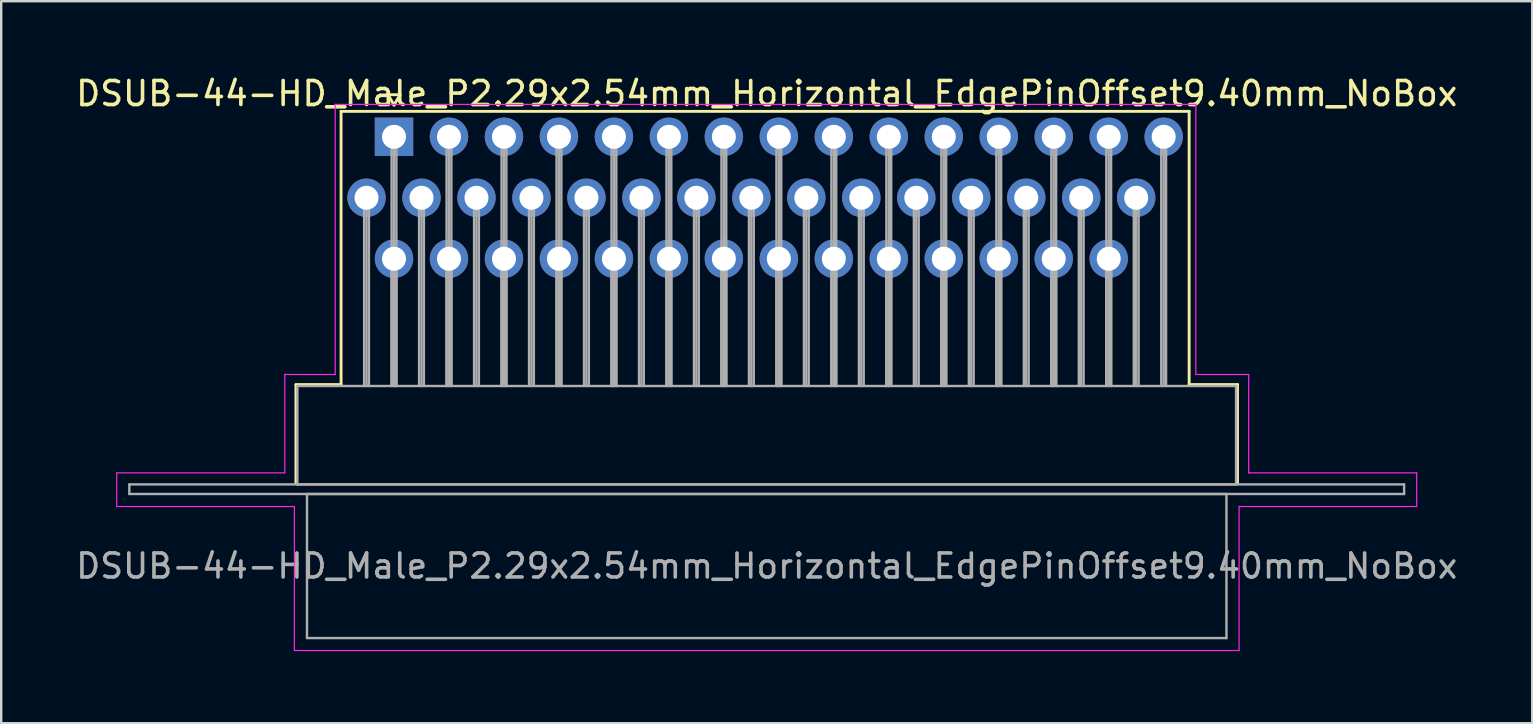
<source format=kicad_pcb>
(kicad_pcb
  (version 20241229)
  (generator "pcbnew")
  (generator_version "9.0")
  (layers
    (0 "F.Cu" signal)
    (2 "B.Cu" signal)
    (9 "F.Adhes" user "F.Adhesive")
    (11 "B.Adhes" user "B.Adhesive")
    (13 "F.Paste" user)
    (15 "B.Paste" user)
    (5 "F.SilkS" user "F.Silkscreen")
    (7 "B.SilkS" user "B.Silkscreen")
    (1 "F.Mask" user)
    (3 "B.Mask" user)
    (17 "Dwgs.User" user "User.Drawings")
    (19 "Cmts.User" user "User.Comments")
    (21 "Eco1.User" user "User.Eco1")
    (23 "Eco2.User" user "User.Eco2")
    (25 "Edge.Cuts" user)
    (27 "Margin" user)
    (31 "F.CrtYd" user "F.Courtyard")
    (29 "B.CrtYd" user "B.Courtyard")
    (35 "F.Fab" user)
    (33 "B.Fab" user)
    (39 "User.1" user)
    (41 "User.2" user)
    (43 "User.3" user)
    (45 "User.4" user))
  (footprint "DSUB-44-HD_Male_P2.29x2.54mm_Horizontal_EdgePinOffset9.40mm_NoBox"
    (layer "F.Cu")
    (at 13.362 2.648)
    (property "Reference" "DSUB-44-HD_Male_P2.29x2.54mm_Horizontal_EdgePinOffset9.40mm_NoBox" (at 15.525 -1.8 0) (layer "F.SilkS") (effects (font (size 1 1) (thickness 0.15))))
    (attr through_hole)
    (fp_line (start -4.085 10.32) (end -2.205 10.32) (stroke (width 0.12) (type solid)) (layer "F.SilkS"))
    (fp_line (start -4.085 14.42) (end -4.085 10.32) (stroke (width 0.12) (type solid)) (layer "F.SilkS"))
    (fp_line (start -2.205 -1.06) (end 33.12 -1.06) (stroke (width 0.12) (type solid)) (layer "F.SilkS"))
    (fp_line (start -2.205 10.32) (end -2.205 -1.06) (stroke (width 0.12) (type solid)) (layer "F.SilkS"))
    (fp_line (start -0.25 -1.754) (end 0.25 -1.754) (stroke (width 0.12) (type solid)) (layer "F.SilkS"))
    (fp_line (start 0 -1.321) (end -0.25 -1.754) (stroke (width 0.12) (type solid)) (layer "F.SilkS"))
    (fp_line (start 0.25 -1.754) (end 0 -1.321) (stroke (width 0.12) (type solid)) (layer "F.SilkS"))
    (fp_line (start 33.12 -1.06) (end 33.12 10.32) (stroke (width 0.12) (type solid)) (layer "F.SilkS"))
    (fp_line (start 33.12 10.32) (end 35.135 10.32) (stroke (width 0.12) (type solid)) (layer "F.SilkS"))
    (fp_line (start 35.135 10.32) (end 35.135 14.42) (stroke (width 0.12) (type solid)) (layer "F.SilkS"))
    (fp_line (start -11.55 14) (end -4.55 14) (stroke (width 0.05) (type solid)) (layer "F.CrtYd"))
    (fp_line (start -11.55 15.4) (end -11.55 14) (stroke (width 0.05) (type solid)) (layer "F.CrtYd"))
    (fp_line (start -4.55 9.9) (end -2.45 9.9) (stroke (width 0.05) (type solid)) (layer "F.CrtYd"))
    (fp_line (start -4.55 14) (end -4.55 9.9) (stroke (width 0.05) (type solid)) (layer "F.CrtYd"))
    (fp_line (start -4.15 15.4) (end -11.55 15.4) (stroke (width 0.05) (type solid)) (layer "F.CrtYd"))
    (fp_line (start -4.15 21.4) (end -4.15 15.4) (stroke (width 0.05) (type solid)) (layer "F.CrtYd"))
    (fp_line (start -2.45 -1.35) (end 33.4 -1.35) (stroke (width 0.05) (type solid)) (layer "F.CrtYd"))
    (fp_line (start -2.45 9.9) (end -2.45 -1.35) (stroke (width 0.05) (type solid)) (layer "F.CrtYd"))
    (fp_line (start 33.4 -1.35) (end 33.4 9.9) (stroke (width 0.05) (type solid)) (layer "F.CrtYd"))
    (fp_line (start 33.4 9.9) (end 35.6 9.9) (stroke (width 0.05) (type solid)) (layer "F.CrtYd"))
    (fp_line (start 35.2 15.4) (end 35.2 21.4) (stroke (width 0.05) (type solid)) (layer "F.CrtYd"))
    (fp_line (start 35.2 21.4) (end -4.15 21.4) (stroke (width 0.05) (type solid)) (layer "F.CrtYd"))
    (fp_line (start 35.6 9.9) (end 35.6 14) (stroke (width 0.05) (type solid)) (layer "F.CrtYd"))
    (fp_line (start 35.6 14) (end 42.6 14) (stroke (width 0.05) (type solid)) (layer "F.CrtYd"))
    (fp_line (start 42.6 14) (end 42.6 15.4) (stroke (width 0.05) (type solid)) (layer "F.CrtYd"))
    (fp_line (start 42.6 15.4) (end 35.2 15.4) (stroke (width 0.05) (type solid)) (layer "F.CrtYd"))
    (fp_line (start -11.025 14.48) (end -11.025 14.88) (stroke (width 0.1) (type solid)) (layer "F.Fab"))
    (fp_line (start -11.025 14.88) (end 42.075 14.88) (stroke (width 0.1) (type solid)) (layer "F.Fab"))
    (fp_line (start -4.025 10.38) (end -4.025 14.48) (stroke (width 0.1) (type solid)) (layer "F.Fab"))
    (fp_line (start -4.025 14.48) (end 35.075 14.48) (stroke (width 0.1) (type solid)) (layer "F.Fab"))
    (fp_line (start -3.625 14.88) (end -3.625 20.88) (stroke (width 0.1) (type solid)) (layer "F.Fab"))
    (fp_line (start -3.625 20.88) (end 34.675 20.88) (stroke (width 0.1) (type solid)) (layer "F.Fab"))
    (fp_line (start -1.245 2.54) (end -1.245 10.38) (stroke (width 0.1) (type solid)) (layer "F.Fab"))
    (fp_line (start -1.145 2.54) (end -1.145 10.38) (stroke (width 0.1) (type solid)) (layer "F.Fab"))
    (fp_line (start -1.045 2.54) (end -1.045 10.38) (stroke (width 0.1) (type solid)) (layer "F.Fab"))
    (fp_line (start -0.1 0) (end -0.1 10.38) (stroke (width 0.1) (type solid)) (layer "F.Fab"))
    (fp_line (start -0.1 5.08) (end -0.1 10.38) (stroke (width 0.1) (type solid)) (layer "F.Fab"))
    (fp_line (start 0 0) (end 0 10.38) (stroke (width 0.1) (type solid)) (layer "F.Fab"))
    (fp_line (start 0 5.08) (end 0 10.38) (stroke (width 0.1) (type solid)) (layer "F.Fab"))
    (fp_line (start 0.1 0) (end 0.1 10.38) (stroke (width 0.1) (type solid)) (layer "F.Fab"))
    (fp_line (start 0.1 5.08) (end 0.1 10.38) (stroke (width 0.1) (type solid)) (layer "F.Fab"))
    (fp_line (start 1.045 2.54) (end 1.045 10.38) (stroke (width 0.1) (type solid)) (layer "F.Fab"))
    (fp_line (start 1.145 2.54) (end 1.145 10.38) (stroke (width 0.1) (type solid)) (layer "F.Fab"))
    (fp_line (start 1.245 2.54) (end 1.245 10.38) (stroke (width 0.1) (type solid)) (layer "F.Fab"))
    (fp_line (start 2.19 0) (end 2.19 10.38) (stroke (width 0.1) (type solid)) (layer "F.Fab"))
    (fp_line (start 2.19 5.08) (end 2.19 10.38) (stroke (width 0.1) (type solid)) (layer "F.Fab"))
    (fp_line (start 2.29 0) (end 2.29 10.38) (stroke (width 0.1) (type solid)) (layer "F.Fab"))
    (fp_line (start 2.29 5.08) (end 2.29 10.38) (stroke (width 0.1) (type solid)) (layer "F.Fab"))
    (fp_line (start 2.39 0) (end 2.39 10.38) (stroke (width 0.1) (type solid)) (layer "F.Fab"))
    (fp_line (start 2.39 5.08) (end 2.39 10.38) (stroke (width 0.1) (type solid)) (layer "F.Fab"))
    (fp_line (start 3.335 2.54) (end 3.335 10.38) (stroke (width 0.1) (type solid)) (layer "F.Fab"))
    (fp_line (start 3.435 2.54) (end 3.435 10.38) (stroke (width 0.1) (type solid)) (layer "F.Fab"))
    (fp_line (start 3.535 2.54) (end 3.535 10.38) (stroke (width 0.1) (type solid)) (layer "F.Fab"))
    (fp_line (start 4.48 0) (end 4.48 10.38) (stroke (width 0.1) (type solid)) (layer "F.Fab"))
    (fp_line (start 4.48 5.08) (end 4.48 10.38) (stroke (width 0.1) (type solid)) (layer "F.Fab"))
    (fp_line (start 4.58 0) (end 4.58 10.38) (stroke (width 0.1) (type solid)) (layer "F.Fab"))
    (fp_line (start 4.58 5.08) (end 4.58 10.38) (stroke (width 0.1) (type solid)) (layer "F.Fab"))
    (fp_line (start 4.68 0) (end 4.68 10.38) (stroke (width 0.1) (type solid)) (layer "F.Fab"))
    (fp_line (start 4.68 5.08) (end 4.68 10.38) (stroke (width 0.1) (type solid)) (layer "F.Fab"))
    (fp_line (start 5.625 2.54) (end 5.625 10.38) (stroke (width 0.1) (type solid)) (layer "F.Fab"))
    (fp_line (start 5.725 2.54) (end 5.725 10.38) (stroke (width 0.1) (type solid)) (layer "F.Fab"))
    (fp_line (start 5.825 2.54) (end 5.825 10.38) (stroke (width 0.1) (type solid)) (layer "F.Fab"))
    (fp_line (start 6.77 0) (end 6.77 10.38) (stroke (width 0.1) (type solid)) (layer "F.Fab"))
    (fp_line (start 6.77 5.08) (end 6.77 10.38) (stroke (width 0.1) (type solid)) (layer "F.Fab"))
    (fp_line (start 6.87 0) (end 6.87 10.38) (stroke (width 0.1) (type solid)) (layer "F.Fab"))
    (fp_line (start 6.87 5.08) (end 6.87 10.38) (stroke (width 0.1) (type solid)) (layer "F.Fab"))
    (fp_line (start 6.97 0) (end 6.97 10.38) (stroke (width 0.1) (type solid)) (layer "F.Fab"))
    (fp_line (start 6.97 5.08) (end 6.97 10.38) (stroke (width 0.1) (type solid)) (layer "F.Fab"))
    (fp_line (start 7.915 2.54) (end 7.915 10.38) (stroke (width 0.1) (type solid)) (layer "F.Fab"))
    (fp_line (start 8.015 2.54) (end 8.015 10.38) (stroke (width 0.1) (type solid)) (layer "F.Fab"))
    (fp_line (start 8.115 2.54) (end 8.115 10.38) (stroke (width 0.1) (type solid)) (layer "F.Fab"))
    (fp_line (start 9.06 0) (end 9.06 10.38) (stroke (width 0.1) (type solid)) (layer "F.Fab"))
    (fp_line (start 9.06 5.08) (end 9.06 10.38) (stroke (width 0.1) (type solid)) (layer "F.Fab"))
    (fp_line (start 9.16 0) (end 9.16 10.38) (stroke (width 0.1) (type solid)) (layer "F.Fab"))
    (fp_line (start 9.16 5.08) (end 9.16 10.38) (stroke (width 0.1) (type solid)) (layer "F.Fab"))
    (fp_line (start 9.26 0) (end 9.26 10.38) (stroke (width 0.1) (type solid)) (layer "F.Fab"))
    (fp_line (start 9.26 5.08) (end 9.26 10.38) (stroke (width 0.1) (type solid)) (layer "F.Fab"))
    (fp_line (start 10.205 2.54) (end 10.205 10.38) (stroke (width 0.1) (type solid)) (layer "F.Fab"))
    (fp_line (start 10.305 2.54) (end 10.305 10.38) (stroke (width 0.1) (type solid)) (layer "F.Fab"))
    (fp_line (start 10.405 2.54) (end 10.405 10.38) (stroke (width 0.1) (type solid)) (layer "F.Fab"))
    (fp_line (start 11.35 0) (end 11.35 10.38) (stroke (width 0.1) (type solid)) (layer "F.Fab"))
    (fp_line (start 11.35 5.08) (end 11.35 10.38) (stroke (width 0.1) (type solid)) (layer "F.Fab"))
    (fp_line (start 11.45 0) (end 11.45 10.38) (stroke (width 0.1) (type solid)) (layer "F.Fab"))
    (fp_line (start 11.45 5.08) (end 11.45 10.38) (stroke (width 0.1) (type solid)) (layer "F.Fab"))
    (fp_line (start 11.55 0) (end 11.55 10.38) (stroke (width 0.1) (type solid)) (layer "F.Fab"))
    (fp_line (start 11.55 5.08) (end 11.55 10.38) (stroke (width 0.1) (type solid)) (layer "F.Fab"))
    (fp_line (start 12.495 2.54) (end 12.495 10.38) (stroke (width 0.1) (type solid)) (layer "F.Fab"))
    (fp_line (start 12.595 2.54) (end 12.595 10.38) (stroke (width 0.1) (type solid)) (layer "F.Fab"))
    (fp_line (start 12.695 2.54) (end 12.695 10.38) (stroke (width 0.1) (type solid)) (layer "F.Fab"))
    (fp_line (start 13.64 0) (end 13.64 10.38) (stroke (width 0.1) (type solid)) (layer "F.Fab"))
    (fp_line (start 13.64 5.08) (end 13.64 10.38) (stroke (width 0.1) (type solid)) (layer "F.Fab"))
    (fp_line (start 13.74 0) (end 13.74 10.38) (stroke (width 0.1) (type solid)) (layer "F.Fab"))
    (fp_line (start 13.74 5.08) (end 13.74 10.38) (stroke (width 0.1) (type solid)) (layer "F.Fab"))
    (fp_line (start 13.84 0) (end 13.84 10.38) (stroke (width 0.1) (type solid)) (layer "F.Fab"))
    (fp_line (start 13.84 5.08) (end 13.84 10.38) (stroke (width 0.1) (type solid)) (layer "F.Fab"))
    (fp_line (start 14.785 2.54) (end 14.785 10.38) (stroke (width 0.1) (type solid)) (layer "F.Fab"))
    (fp_line (start 14.885 2.54) (end 14.885 10.38) (stroke (width 0.1) (type solid)) (layer "F.Fab"))
    (fp_line (start 14.985 2.54) (end 14.985 10.38) (stroke (width 0.1) (type solid)) (layer "F.Fab"))
    (fp_line (start 15.93 0) (end 15.93 10.38) (stroke (width 0.1) (type solid)) (layer "F.Fab"))
    (fp_line (start 15.93 5.08) (end 15.93 10.38) (stroke (width 0.1) (type solid)) (layer "F.Fab"))
    (fp_line (start 16.03 0) (end 16.03 10.38) (stroke (width 0.1) (type solid)) (layer "F.Fab"))
    (fp_line (start 16.03 5.08) (end 16.03 10.38) (stroke (width 0.1) (type solid)) (layer "F.Fab"))
    (fp_line (start 16.13 0) (end 16.13 10.38) (stroke (width 0.1) (type solid)) (layer "F.Fab"))
    (fp_line (start 16.13 5.08) (end 16.13 10.38) (stroke (width 0.1) (type solid)) (layer "F.Fab"))
    (fp_line (start 17.075 2.54) (end 17.075 10.38) (stroke (width 0.1) (type solid)) (layer "F.Fab"))
    (fp_line (start 17.175 2.54) (end 17.175 10.38) (stroke (width 0.1) (type solid)) (layer "F.Fab"))
    (fp_line (start 17.275 2.54) (end 17.275 10.38) (stroke (width 0.1) (type solid)) (layer "F.Fab"))
    (fp_line (start 18.22 0) (end 18.22 10.38) (stroke (width 0.1) (type solid)) (layer "F.Fab"))
    (fp_line (start 18.22 5.08) (end 18.22 10.38) (stroke (width 0.1) (type solid)) (layer "F.Fab"))
    (fp_line (start 18.32 0) (end 18.32 10.38) (stroke (width 0.1) (type solid)) (layer "F.Fab"))
    (fp_line (start 18.32 5.08) (end 18.32 10.38) (stroke (width 0.1) (type solid)) (layer "F.Fab"))
    (fp_line (start 18.42 0) (end 18.42 10.38) (stroke (width 0.1) (type solid)) (layer "F.Fab"))
    (fp_line (start 18.42 5.08) (end 18.42 10.38) (stroke (width 0.1) (type solid)) (layer "F.Fab"))
    (fp_line (start 19.365 2.54) (end 19.365 10.38) (stroke (width 0.1) (type solid)) (layer "F.Fab"))
    (fp_line (start 19.465 2.54) (end 19.465 10.38) (stroke (width 0.1) (type solid)) (layer "F.Fab"))
    (fp_line (start 19.565 2.54) (end 19.565 10.38) (stroke (width 0.1) (type solid)) (layer "F.Fab"))
    (fp_line (start 20.51 0) (end 20.51 10.38) (stroke (width 0.1) (type solid)) (layer "F.Fab"))
    (fp_line (start 20.51 5.08) (end 20.51 10.38) (stroke (width 0.1) (type solid)) (layer "F.Fab"))
    (fp_line (start 20.61 0) (end 20.61 10.38) (stroke (width 0.1) (type solid)) (layer "F.Fab"))
    (fp_line (start 20.61 5.08) (end 20.61 10.38) (stroke (width 0.1) (type solid)) (layer "F.Fab"))
    (fp_line (start 20.71 0) (end 20.71 10.38) (stroke (width 0.1) (type solid)) (layer "F.Fab"))
    (fp_line (start 20.71 5.08) (end 20.71 10.38) (stroke (width 0.1) (type solid)) (layer "F.Fab"))
    (fp_line (start 21.655 2.54) (end 21.655 10.38) (stroke (width 0.1) (type solid)) (layer "F.Fab"))
    (fp_line (start 21.755 2.54) (end 21.755 10.38) (stroke (width 0.1) (type solid)) (layer "F.Fab"))
    (fp_line (start 21.855 2.54) (end 21.855 10.38) (stroke (width 0.1) (type solid)) (layer "F.Fab"))
    (fp_line (start 22.8 0) (end 22.8 10.38) (stroke (width 0.1) (type solid)) (layer "F.Fab"))
    (fp_line (start 22.8 5.08) (end 22.8 10.38) (stroke (width 0.1) (type solid)) (layer "F.Fab"))
    (fp_line (start 22.9 0) (end 22.9 10.38) (stroke (width 0.1) (type solid)) (layer "F.Fab"))
    (fp_line (start 22.9 5.08) (end 22.9 10.38) (stroke (width 0.1) (type solid)) (layer "F.Fab"))
    (fp_line (start 23 0) (end 23 10.38) (stroke (width 0.1) (type solid)) (layer "F.Fab"))
    (fp_line (start 23 5.08) (end 23 10.38) (stroke (width 0.1) (type solid)) (layer "F.Fab"))
    (fp_line (start 23.945 2.54) (end 23.945 10.38) (stroke (width 0.1) (type solid)) (layer "F.Fab"))
    (fp_line (start 24.045 2.54) (end 24.045 10.38) (stroke (width 0.1) (type solid)) (layer "F.Fab"))
    (fp_line (start 24.145 2.54) (end 24.145 10.38) (stroke (width 0.1) (type solid)) (layer "F.Fab"))
    (fp_line (start 25.09 0) (end 25.09 10.38) (stroke (width 0.1) (type solid)) (layer "F.Fab"))
    (fp_line (start 25.09 5.08) (end 25.09 10.38) (stroke (width 0.1) (type solid)) (layer "F.Fab"))
    (fp_line (start 25.19 0) (end 25.19 10.38) (stroke (width 0.1) (type solid)) (layer "F.Fab"))
    (fp_line (start 25.19 5.08) (end 25.19 10.38) (stroke (width 0.1) (type solid)) (layer "F.Fab"))
    (fp_line (start 25.29 0) (end 25.29 10.38) (stroke (width 0.1) (type solid)) (layer "F.Fab"))
    (fp_line (start 25.29 5.08) (end 25.29 10.38) (stroke (width 0.1) (type solid)) (layer "F.Fab"))
    (fp_line (start 26.235 2.54) (end 26.235 10.38) (stroke (width 0.1) (type solid)) (layer "F.Fab"))
    (fp_line (start 26.335 2.54) (end 26.335 10.38) (stroke (width 0.1) (type solid)) (layer "F.Fab"))
    (fp_line (start 26.435 2.54) (end 26.435 10.38) (stroke (width 0.1) (type solid)) (layer "F.Fab"))
    (fp_line (start 27.38 0) (end 27.38 10.38) (stroke (width 0.1) (type solid)) (layer "F.Fab"))
    (fp_line (start 27.38 5.08) (end 27.38 10.38) (stroke (width 0.1) (type solid)) (layer "F.Fab"))
    (fp_line (start 27.48 0) (end 27.48 10.38) (stroke (width 0.1) (type solid)) (layer "F.Fab"))
    (fp_line (start 27.48 5.08) (end 27.48 10.38) (stroke (width 0.1) (type solid)) (layer "F.Fab"))
    (fp_line (start 27.58 0) (end 27.58 10.38) (stroke (width 0.1) (type solid)) (layer "F.Fab"))
    (fp_line (start 27.58 5.08) (end 27.58 10.38) (stroke (width 0.1) (type solid)) (layer "F.Fab"))
    (fp_line (start 28.525 2.54) (end 28.525 10.38) (stroke (width 0.1) (type solid)) (layer "F.Fab"))
    (fp_line (start 28.625 2.54) (end 28.625 10.38) (stroke (width 0.1) (type solid)) (layer "F.Fab"))
    (fp_line (start 28.725 2.54) (end 28.725 10.38) (stroke (width 0.1) (type solid)) (layer "F.Fab"))
    (fp_line (start 29.67 0) (end 29.67 10.38) (stroke (width 0.1) (type solid)) (layer "F.Fab"))
    (fp_line (start 29.67 5.08) (end 29.67 10.38) (stroke (width 0.1) (type solid)) (layer "F.Fab"))
    (fp_line (start 29.77 0) (end 29.77 10.38) (stroke (width 0.1) (type solid)) (layer "F.Fab"))
    (fp_line (start 29.77 5.08) (end 29.77 10.38) (stroke (width 0.1) (type solid)) (layer "F.Fab"))
    (fp_line (start 29.87 0) (end 29.87 10.38) (stroke (width 0.1) (type solid)) (layer "F.Fab"))
    (fp_line (start 29.87 5.08) (end 29.87 10.38) (stroke (width 0.1) (type solid)) (layer "F.Fab"))
    (fp_line (start 30.815 2.54) (end 30.815 10.38) (stroke (width 0.1) (type solid)) (layer "F.Fab"))
    (fp_line (start 30.915 2.54) (end 30.915 10.38) (stroke (width 0.1) (type solid)) (layer "F.Fab"))
    (fp_line (start 31.015 2.54) (end 31.015 10.38) (stroke (width 0.1) (type solid)) (layer "F.Fab"))
    (fp_line (start 31.96 0) (end 31.96 10.38) (stroke (width 0.1) (type solid)) (layer "F.Fab"))
    (fp_line (start 32.06 0) (end 32.06 10.38) (stroke (width 0.1) (type solid)) (layer "F.Fab"))
    (fp_line (start 32.16 0) (end 32.16 10.38) (stroke (width 0.1) (type solid)) (layer "F.Fab"))
    (fp_line (start 34.675 14.88) (end -3.625 14.88) (stroke (width 0.1) (type solid)) (layer "F.Fab"))
    (fp_line (start 34.675 20.88) (end 34.675 14.88) (stroke (width 0.1) (type solid)) (layer "F.Fab"))
    (fp_line (start 35.075 10.38) (end -4.025 10.38) (stroke (width 0.1) (type solid)) (layer "F.Fab"))
    (fp_line (start 35.075 14.48) (end 35.075 10.38) (stroke (width 0.1) (type solid)) (layer "F.Fab"))
    (fp_line (start 42.075 14.48) (end -11.025 14.48) (stroke (width 0.1) (type solid)) (layer "F.Fab"))
    (fp_line (start 42.075 14.88) (end 42.075 14.48) (stroke (width 0.1) (type solid)) (layer "F.Fab"))
    (fp_text user "${REFERENCE}" (at 15.525 17.88 0) (layer "F.Fab") (effects (font (size 1 1) (thickness 0.15))))
    (pad "1" thru_hole rect (at 0 0) (size 1.6 1.6) (drill 1) (layers "*.Cu" "*.Mask"))
    (pad "2" thru_hole circle (at 2.29 0) (size 1.6 1.6) (drill 1) (layers "*.Cu" "*.Mask"))
    (pad "3" thru_hole circle (at 4.58 0) (size 1.6 1.6) (drill 1) (layers "*.Cu" "*.Mask"))
    (pad "4" thru_hole circle (at 6.87 0) (size 1.6 1.6) (drill 1) (layers "*.Cu" "*.Mask"))
    (pad "5" thru_hole circle (at 9.16 0) (size 1.6 1.6) (drill 1) (layers "*.Cu" "*.Mask"))
    (pad "6" thru_hole circle (at 11.45 0) (size 1.6 1.6) (drill 1) (layers "*.Cu" "*.Mask"))
    (pad "7" thru_hole circle (at 13.74 0) (size 1.6 1.6) (drill 1) (layers "*.Cu" "*.Mask"))
    (pad "8" thru_hole circle (at 16.03 0) (size 1.6 1.6) (drill 1) (layers "*.Cu" "*.Mask"))
    (pad "9" thru_hole circle (at 18.32 0) (size 1.6 1.6) (drill 1) (layers "*.Cu" "*.Mask"))
    (pad "10" thru_hole circle (at 20.61 0) (size 1.6 1.6) (drill 1) (layers "*.Cu" "*.Mask"))
    (pad "11" thru_hole circle (at 22.9 0) (size 1.6 1.6) (drill 1) (layers "*.Cu" "*.Mask"))
    (pad "12" thru_hole circle (at 25.19 0) (size 1.6 1.6) (drill 1) (layers "*.Cu" "*.Mask"))
    (pad "13" thru_hole circle (at 27.48 0) (size 1.6 1.6) (drill 1) (layers "*.Cu" "*.Mask"))
    (pad "14" thru_hole circle (at 29.77 0) (size 1.6 1.6) (drill 1) (layers "*.Cu" "*.Mask"))
    (pad "15" thru_hole circle (at 32.06 0) (size 1.6 1.6) (drill 1) (layers "*.Cu" "*.Mask"))
    (pad "16" thru_hole circle (at -1.145 2.54) (size 1.6 1.6) (drill 1) (layers "*.Cu" "*.Mask"))
    (pad "17" thru_hole circle (at 1.145 2.54) (size 1.6 1.6) (drill 1) (layers "*.Cu" "*.Mask"))
    (pad "18" thru_hole circle (at 3.435 2.54) (size 1.6 1.6) (drill 1) (layers "*.Cu" "*.Mask"))
    (pad "19" thru_hole circle (at 5.725 2.54) (size 1.6 1.6) (drill 1) (layers "*.Cu" "*.Mask"))
    (pad "20" thru_hole circle (at 8.015 2.54) (size 1.6 1.6) (drill 1) (layers "*.Cu" "*.Mask"))
    (pad "21" thru_hole circle (at 10.305 2.54) (size 1.6 1.6) (drill 1) (layers "*.Cu" "*.Mask"))
    (pad "22" thru_hole circle (at 12.595 2.54) (size 1.6 1.6) (drill 1) (layers "*.Cu" "*.Mask"))
    (pad "23" thru_hole circle (at 14.885 2.54) (size 1.6 1.6) (drill 1) (layers "*.Cu" "*.Mask"))
    (pad "24" thru_hole circle (at 17.175 2.54) (size 1.6 1.6) (drill 1) (layers "*.Cu" "*.Mask"))
    (pad "25" thru_hole circle (at 19.465 2.54) (size 1.6 1.6) (drill 1) (layers "*.Cu" "*.Mask"))
    (pad "26" thru_hole circle (at 21.755 2.54) (size 1.6 1.6) (drill 1) (layers "*.Cu" "*.Mask"))
    (pad "27" thru_hole circle (at 24.045 2.54) (size 1.6 1.6) (drill 1) (layers "*.Cu" "*.Mask"))
    (pad "28" thru_hole circle (at 26.335 2.54) (size 1.6 1.6) (drill 1) (layers "*.Cu" "*.Mask"))
    (pad "29" thru_hole circle (at 28.625 2.54) (size 1.6 1.6) (drill 1) (layers "*.Cu" "*.Mask"))
    (pad "30" thru_hole circle (at 30.915 2.54) (size 1.6 1.6) (drill 1) (layers "*.Cu" "*.Mask"))
    (pad "31" thru_hole circle (at 0 5.08) (size 1.6 1.6) (drill 1) (layers "*.Cu" "*.Mask"))
    (pad "32" thru_hole circle (at 2.29 5.08) (size 1.6 1.6) (drill 1) (layers "*.Cu" "*.Mask"))
    (pad "33" thru_hole circle (at 4.58 5.08) (size 1.6 1.6) (drill 1) (layers "*.Cu" "*.Mask"))
    (pad "34" thru_hole circle (at 6.87 5.08) (size 1.6 1.6) (drill 1) (layers "*.Cu" "*.Mask"))
    (pad "35" thru_hole circle (at 9.16 5.08) (size 1.6 1.6) (drill 1) (layers "*.Cu" "*.Mask"))
    (pad "36" thru_hole circle (at 11.45 5.08) (size 1.6 1.6) (drill 1) (layers "*.Cu" "*.Mask"))
    (pad "37" thru_hole circle (at 13.74 5.08) (size 1.6 1.6) (drill 1) (layers "*.Cu" "*.Mask"))
    (pad "38" thru_hole circle (at 16.03 5.08) (size 1.6 1.6) (drill 1) (layers "*.Cu" "*.Mask"))
    (pad "39" thru_hole circle (at 18.32 5.08) (size 1.6 1.6) (drill 1) (layers "*.Cu" "*.Mask"))
    (pad "40" thru_hole circle (at 20.61 5.08) (size 1.6 1.6) (drill 1) (layers "*.Cu" "*.Mask"))
    (pad "41" thru_hole circle (at 22.9 5.08) (size 1.6 1.6) (drill 1) (layers "*.Cu" "*.Mask"))
    (pad "42" thru_hole circle (at 25.19 5.08) (size 1.6 1.6) (drill 1) (layers "*.Cu" "*.Mask"))
    (pad "43" thru_hole circle (at 27.48 5.08) (size 1.6 1.6) (drill 1) (layers "*.Cu" "*.Mask"))
    (pad "44" thru_hole circle (at 29.77 5.08) (size 1.6 1.6) (drill 1) (layers "*.Cu" "*.Mask")))
  (gr_rect
    (start -3 -3)
    (end 60.774 27.073)
    (stroke (width 0.1) (type default))
    (fill no)
    (layer "Edge.Cuts")))
</source>
